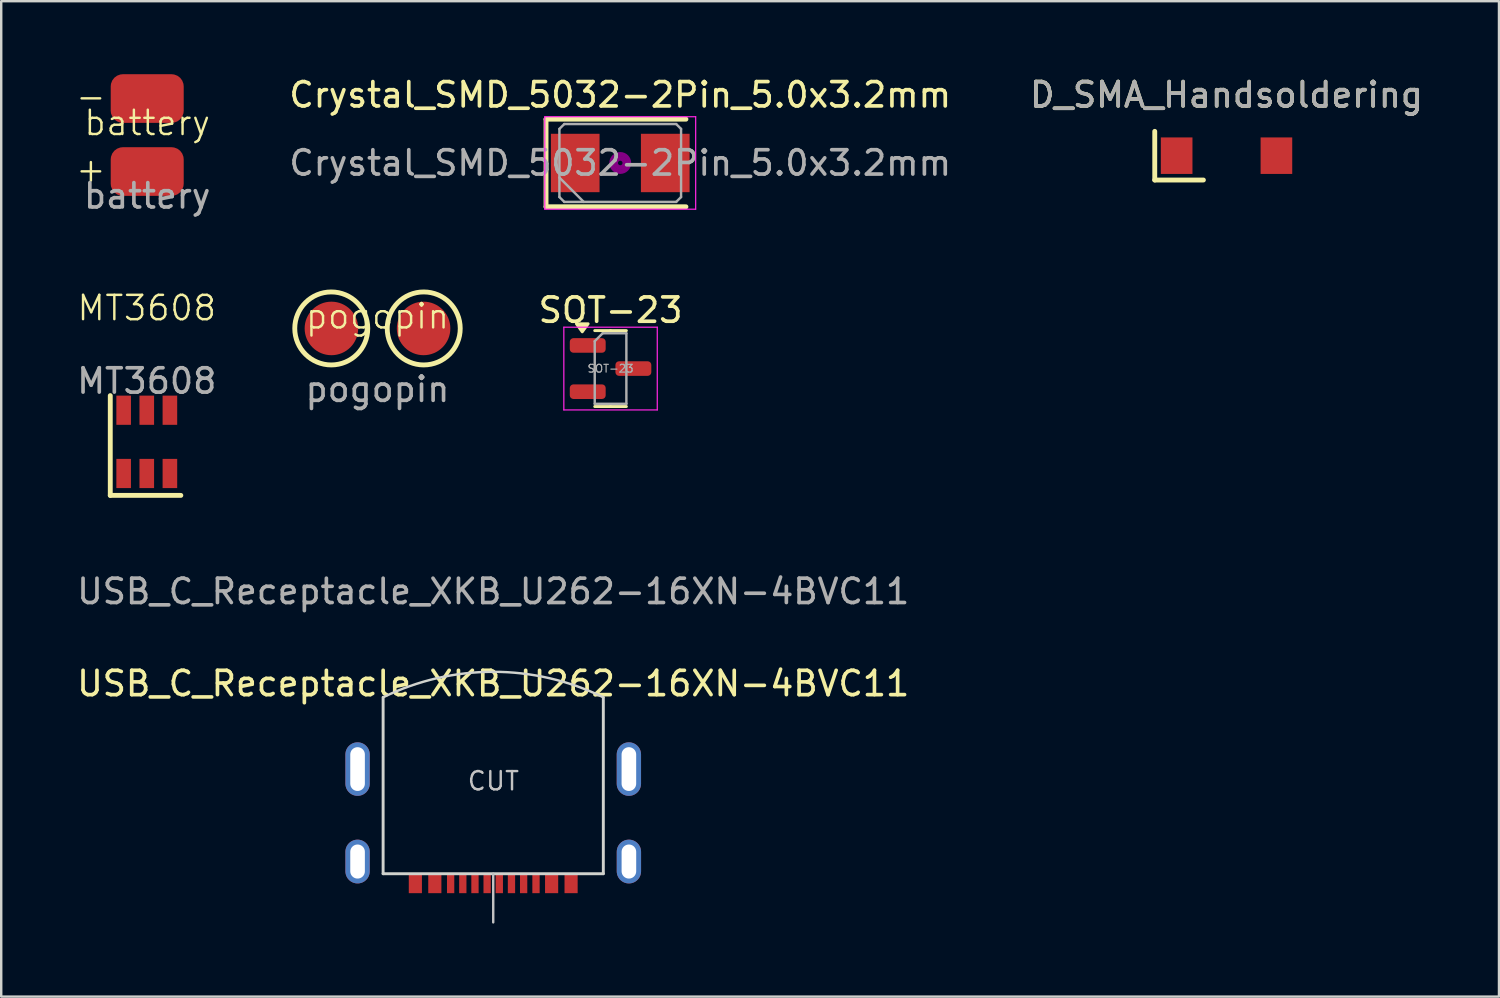
<source format=kicad_pcb>
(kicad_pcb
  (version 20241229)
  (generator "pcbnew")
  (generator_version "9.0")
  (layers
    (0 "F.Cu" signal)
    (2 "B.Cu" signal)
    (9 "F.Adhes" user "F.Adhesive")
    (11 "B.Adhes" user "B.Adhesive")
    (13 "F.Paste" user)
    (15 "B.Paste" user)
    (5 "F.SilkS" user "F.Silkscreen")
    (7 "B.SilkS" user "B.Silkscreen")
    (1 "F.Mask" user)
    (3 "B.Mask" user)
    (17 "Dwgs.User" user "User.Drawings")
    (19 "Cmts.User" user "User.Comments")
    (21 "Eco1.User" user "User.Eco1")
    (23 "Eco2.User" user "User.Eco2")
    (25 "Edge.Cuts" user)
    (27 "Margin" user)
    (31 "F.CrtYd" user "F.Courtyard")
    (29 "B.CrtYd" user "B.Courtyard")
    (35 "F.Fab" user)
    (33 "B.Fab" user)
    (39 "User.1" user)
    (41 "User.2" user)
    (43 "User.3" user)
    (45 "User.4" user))
  (footprint "pogopin"
    (layer "F.Cu")
    (at 12.464 10.448)
    (property "Reference" "pogopin" (at 0 -0.5 0) (unlocked yes) (layer "F.SilkS") (effects (font (size 1 1) (thickness 0.1))))
    (attr smd)
    (fp_circle (center -1.9 0) (end -0.4 0) (stroke (width 0.2) (type default)) (fill no) (layer "F.SilkS"))
    (fp_circle (center 1.9 0) (end 3.4 0) (stroke (width 0.2) (type default)) (fill no) (layer "F.SilkS"))
    (fp_text user "${REFERENCE}" (at 0 2.5 0) (unlocked yes) (layer "F.Fab") (effects (font (size 1 1) (thickness 0.15))))
    (pad "1" smd circle (at -1.894 0) (size 2.2 2.2) (layers "F.Cu" "F.Mask" "F.Paste"))
    (pad "2" smd circle (at 1.894 0) (size 2.2 2.2) (layers "F.Cu" "F.Mask" "F.Paste")))
  (footprint "USB_C_Receptacle_XKB_U262-16XN-4BVC11"
    (layer "F.Cu")
    (at 17.22 30.757)
    (property "Reference" "USB_C_Receptacle_XKB_U262-16XN-4BVC11" (at 0 -5.715 0) (layer "F.SilkS") (effects (font (size 1 1) (thickness 0.15))))
    (attr smd)
    (fp_line (start 0 2.1) (end 0 4.1) (stroke (width 0.1) (type default)) (layer "Dwgs.User"))
    (fp_line (start -4.525 -5.15) (end -4.525 2.1) (stroke (width 0.12) (type solid)) (layer "Edge.Cuts"))
    (fp_line (start -4.525 2.1) (end 4.525 2.1) (stroke (width 0.12) (type solid)) (layer "Edge.Cuts"))
    (fp_line (start 4.525 -5.15) (end 4.525 2.1) (stroke (width 0.12) (type solid)) (layer "Edge.Cuts"))
    (fp_arc (start -4.525 -5.15) (mid 0 -6.197482) (end 4.525 -5.15) (stroke (width 0.1) (type default)) (layer "Edge.Cuts"))
    (fp_text user "CUT" (at 0.005 -1.71 0) (layer "Dwgs.User") (effects (font (size 0.75 0.75) (thickness 0.1))))
    (fp_text user "${REFERENCE}" (at 0 -9.5 0) (layer "F.Fab") (effects (font (size 1 1) (thickness 0.15))))
    (pad "A1" smd rect (at -3.2 2.5) (size 0.54 0.8) (layers "F.Cu" "F.Mask" "F.Paste"))
    (pad "A1" smd rect (at 3.2 2.5) (size 0.54 0.8) (layers "F.Cu" "F.Mask" "F.Paste"))
    (pad "A4" smd rect (at -2.4 2.5) (size 0.54 0.8) (layers "F.Cu" "F.Mask" "F.Paste"))
    (pad "A4" smd rect (at 2.4 2.5) (size 0.54 0.8) (layers "F.Cu" "F.Mask" "F.Paste"))
    (pad "A5" smd rect (at 1.25 2.5) (size 0.3 0.8) (layers "F.Cu" "F.Mask" "F.Paste"))
    (pad "A6" smd rect (at 0.25 2.5) (size 0.3 0.8) (layers "F.Cu" "F.Mask" "F.Paste"))
    (pad "A7" smd rect (at -0.25 2.5) (size 0.3 0.8) (layers "F.Cu" "F.Mask" "F.Paste"))
    (pad "A8" smd rect (at -1.25 2.5) (size 0.3 0.8) (layers "F.Cu" "F.Mask" "F.Paste"))
    (pad "B5" smd rect (at -1.75 2.5) (size 0.3 0.8) (layers "F.Cu" "F.Mask" "F.Paste"))
    (pad "B6" smd rect (at -0.75 2.5) (size 0.3 0.8) (layers "F.Cu" "F.Mask" "F.Paste"))
    (pad "B7" smd rect (at 0.75 2.5) (size 0.3 0.8) (layers "F.Cu" "F.Mask" "F.Paste"))
    (pad "B8" smd rect (at 1.758 2.5) (size 0.3 0.8) (layers "F.Cu" "F.Mask" "F.Paste"))
    (pad "S1" thru_hole oval (at -5.575 -2.2) (size 1 2.2) (drill oval 0.6 1.8) (layers "*.Cu" "*.Mask"))
    (pad "S2" thru_hole oval (at 5.575 -2.2) (size 1 2.2) (drill oval 0.6 1.8) (layers "*.Cu" "*.Mask"))
    (pad "S3" thru_hole oval (at 5.576 1.6) (size 1 1.8) (drill oval 0.6 1.4) (layers "*.Cu" "*.Mask"))
    (pad "S4" thru_hole oval (at -5.575 1.6) (size 1 1.8) (drill oval 0.6 1.4) (layers "*.Cu" "*.Mask")))
  (footprint "SOT-23"
    (layer "F.Cu")
    (at 22.042 12.097)
    (property "Reference" "SOT-23" (at 0 -2.4 0) (layer "F.SilkS") (effects (font (size 1 1) (thickness 0.15))))
    (attr smd)
    (fp_line (start 0 -1.56) (end -0.65 -1.56) (stroke (width 0.12) (type solid)) (layer "F.SilkS"))
    (fp_line (start 0 -1.56) (end 0.65 -1.56) (stroke (width 0.12) (type solid)) (layer "F.SilkS"))
    (fp_line (start 0 1.56) (end -0.65 1.56) (stroke (width 0.12) (type solid)) (layer "F.SilkS"))
    (fp_line (start 0 1.56) (end 0.65 1.56) (stroke (width 0.12) (type solid)) (layer "F.SilkS"))
    (fp_poly (pts (xy -1.163 -1.51) (xy -1.403 -1.84) (xy -0.922 -1.84) (xy -1.163 -1.51)) (stroke (width 0.12) (type solid)) (fill yes) (layer "F.SilkS"))
    (fp_line (start -1.92 -1.7) (end -1.92 1.7) (stroke (width 0.05) (type solid)) (layer "F.CrtYd"))
    (fp_line (start -1.92 1.7) (end 1.92 1.7) (stroke (width 0.05) (type solid)) (layer "F.CrtYd"))
    (fp_line (start 1.92 -1.7) (end -1.92 -1.7) (stroke (width 0.05) (type solid)) (layer "F.CrtYd"))
    (fp_line (start 1.92 1.7) (end 1.92 -1.7) (stroke (width 0.05) (type solid)) (layer "F.CrtYd"))
    (fp_line (start -0.65 -1.125) (end -0.325 -1.45) (stroke (width 0.1) (type solid)) (layer "F.Fab"))
    (fp_line (start -0.65 1.45) (end -0.65 -1.125) (stroke (width 0.1) (type solid)) (layer "F.Fab"))
    (fp_line (start -0.325 -1.45) (end 0.65 -1.45) (stroke (width 0.1) (type solid)) (layer "F.Fab"))
    (fp_line (start 0.65 -1.45) (end 0.65 1.45) (stroke (width 0.1) (type solid)) (layer "F.Fab"))
    (fp_line (start 0.65 1.45) (end -0.65 1.45) (stroke (width 0.1) (type solid)) (layer "F.Fab"))
    (fp_text user "${REFERENCE}" (at 0 0 0) (layer "F.Fab") (effects (font (size 0.32 0.32) (thickness 0.05))))
    (pad "1" smd roundrect (at 0.938 0) (size 1.475 0.6) (layers "F.Cu" "F.Mask" "F.Paste") (roundrect_rratio 0.25))
    (pad "2" smd roundrect (at -0.938 0.95) (size 1.475 0.6) (layers "F.Cu" "F.Mask" "F.Paste") (roundrect_rratio 0.25))
    (pad "3" smd roundrect (at -0.938 -0.95) (size 1.475 0.6) (layers "F.Cu" "F.Mask" "F.Paste") (roundrect_rratio 0.25)))
  (footprint "battery"
    (layer "F.Cu")
    (at 3 2.5)
    (property "Reference" "battery" (at 0 -0.5 0) (unlocked yes) (layer "F.SilkS") (effects (font (size 1 1) (thickness 0.1))))
    (attr smd)
    (fp_text user "+" (at -3 2 0) (unlocked yes) (layer "F.SilkS") (effects (font (size 1 1) (thickness 0.1)) (justify left bottom)))
    (fp_text user "-" (at -3 -1 0) (unlocked yes) (layer "F.SilkS") (effects (font (size 1 1) (thickness 0.1)) (justify left bottom)))
    (fp_text user "${REFERENCE}" (at 0 2.5 0) (unlocked yes) (layer "F.Fab") (effects (font (size 1 1) (thickness 0.15))))
    (pad "1" smd roundrect (at 0 1.5) (size 3 2) (layers "F.Cu" "F.Mask" "F.Paste") (roundrect_rratio 0.25))
    (pad "2" smd roundrect (at 0 -1.5) (size 3 2) (layers "F.Cu" "F.Mask" "F.Paste") (roundrect_rratio 0.25)))
  (footprint "D_SMA_Handsoldering"
    (layer "F.Cu")
    (at 47.357 3.348)
    (property "Reference" "D_SMA_Handsoldering" (at 0 -2.5 0) (layer "F.SilkS") (effects (font (size 1 1) (thickness 0.15))))
    (attr smd)
    (fp_line (start -2.95 -1) (end -2.95 1) (stroke (width 0.2) (type default)) (layer "F.SilkS"))
    (fp_line (start -2.95 1) (end -0.95 1) (stroke (width 0.2) (type default)) (layer "F.SilkS"))
    (fp_text user "${REFERENCE}" (at 0 -2.5 0) (layer "F.Fab") (effects (font (size 1 1) (thickness 0.15))))
    (pad "1" smd rect (at -2.05 0) (size 1.3 1.5) (layers "F.Cu" "F.Mask" "F.Paste"))
    (pad "2" smd rect (at 2.05 0) (size 1.3 1.5) (layers "F.Cu" "F.Mask" "F.Paste")))
  (footprint "MT3608"
    (layer "F.Cu")
    (at 2.982 10.109)
    (property "Reference" "MT3608" (at 0 -0.5 0) (unlocked yes) (layer "F.SilkS") (effects (font (size 1 1) (thickness 0.1))))
    (attr smd)
    (fp_line (start -1.5 7.2) (end -1.5 3.1) (stroke (width 0.2) (type default)) (layer "F.SilkS"))
    (fp_line (start -1.5 7.2) (end 1.4 7.2) (stroke (width 0.2) (type default)) (layer "F.SilkS"))
    (fp_text user "${REFERENCE}" (at 0 2.5 0) (unlocked yes) (layer "F.Fab") (effects (font (size 1 1) (thickness 0.15))))
    (pad "1" smd rect (at -0.95 6.3) (size 0.6 1.2) (layers "F.Cu" "F.Mask" "F.Paste"))
    (pad "2" smd rect (at 0 6.3) (size 0.6 1.2) (layers "F.Cu" "F.Mask" "F.Paste"))
    (pad "3" smd rect (at 0.95 6.3) (size 0.6 1.2) (layers "F.Cu" "F.Mask" "F.Paste"))
    (pad "4" smd rect (at 0.95 3.7) (size 0.6 1.2) (layers "F.Cu" "F.Mask" "F.Paste"))
    (pad "5" smd rect (at 0 3.7) (size 0.6 1.2) (layers "F.Cu" "F.Mask" "F.Paste"))
    (pad "6" smd rect (at -0.95 3.7) (size 0.6 1.2) (layers "F.Cu" "F.Mask" "F.Paste")))
  (footprint "Crystal_SMD_5032-2Pin_5.0x3.2mm"
    (layer "F.Cu")
    (at 22.44 3.648)
    (property "Reference" "Crystal_SMD_5032-2Pin_5.0x3.2mm" (at 0 -2.8 0) (layer "F.SilkS") (effects (font (size 1 1) (thickness 0.15))))
    (attr smd)
    (fp_line (start -3.05 -1.8) (end -3.05 1.8) (stroke (width 0.2) (type solid)) (layer "F.SilkS"))
    (fp_line (start -3.05 1.8) (end 2.7 1.8) (stroke (width 0.2) (type solid)) (layer "F.SilkS"))
    (fp_line (start 2.7 -1.8) (end -3.05 -1.8) (stroke (width 0.2) (type solid)) (layer "F.SilkS"))
    (fp_circle (center 0 0) (end 0.093 0) (stroke (width 0.187) (type solid)) (fill no) (layer "F.Adhes"))
    (fp_circle (center 0 0) (end 0.213 0) (stroke (width 0.133) (type solid)) (fill no) (layer "F.Adhes"))
    (fp_circle (center 0 0) (end 0.333 0) (stroke (width 0.133) (type solid)) (fill no) (layer "F.Adhes"))
    (fp_circle (center 0 0) (end 0.4 0) (stroke (width 0.1) (type solid)) (fill no) (layer "F.Adhes"))
    (fp_line (start -3.1 -1.9) (end -3.1 1.9) (stroke (width 0.05) (type solid)) (layer "F.CrtYd"))
    (fp_line (start -3.1 1.9) (end 3.1 1.9) (stroke (width 0.05) (type solid)) (layer "F.CrtYd"))
    (fp_line (start 3.1 -1.9) (end -3.1 -1.9) (stroke (width 0.05) (type solid)) (layer "F.CrtYd"))
    (fp_line (start 3.1 1.9) (end 3.1 -1.9) (stroke (width 0.05) (type solid)) (layer "F.CrtYd"))
    (fp_line (start -2.5 -1.4) (end -2.3 -1.6) (stroke (width 0.1) (type solid)) (layer "F.Fab"))
    (fp_line (start -2.5 0.6) (end -1.5 1.6) (stroke (width 0.1) (type solid)) (layer "F.Fab"))
    (fp_line (start -2.5 1.4) (end -2.5 -1.4) (stroke (width 0.1) (type solid)) (layer "F.Fab"))
    (fp_line (start -2.3 -1.6) (end 2.3 -1.6) (stroke (width 0.1) (type solid)) (layer "F.Fab"))
    (fp_line (start -2.3 1.6) (end -2.5 1.4) (stroke (width 0.1) (type solid)) (layer "F.Fab"))
    (fp_line (start 2.3 -1.6) (end 2.5 -1.4) (stroke (width 0.1) (type solid)) (layer "F.Fab"))
    (fp_line (start 2.3 1.6) (end -2.3 1.6) (stroke (width 0.1) (type solid)) (layer "F.Fab"))
    (fp_line (start 2.5 -1.4) (end 2.5 1.4) (stroke (width 0.1) (type solid)) (layer "F.Fab"))
    (fp_line (start 2.5 1.4) (end 2.3 1.6) (stroke (width 0.1) (type solid)) (layer "F.Fab"))
    (fp_text user "${REFERENCE}" (at 0 0 0) (layer "F.Fab") (effects (font (size 1 1) (thickness 0.15))))
    (pad "1" smd rect (at -1.85 0) (size 2 2.4) (layers "F.Cu" "F.Mask" "F.Paste"))
    (pad "2" smd rect (at 1.85 0) (size 2 2.4) (layers "F.Cu" "F.Mask" "F.Paste")))
  (gr_rect
    (start -3 -3)
    (end 58.554 37.907)
    (stroke (width 0.1) (type default))
    (fill no)
    (layer "Edge.Cuts")))
</source>
